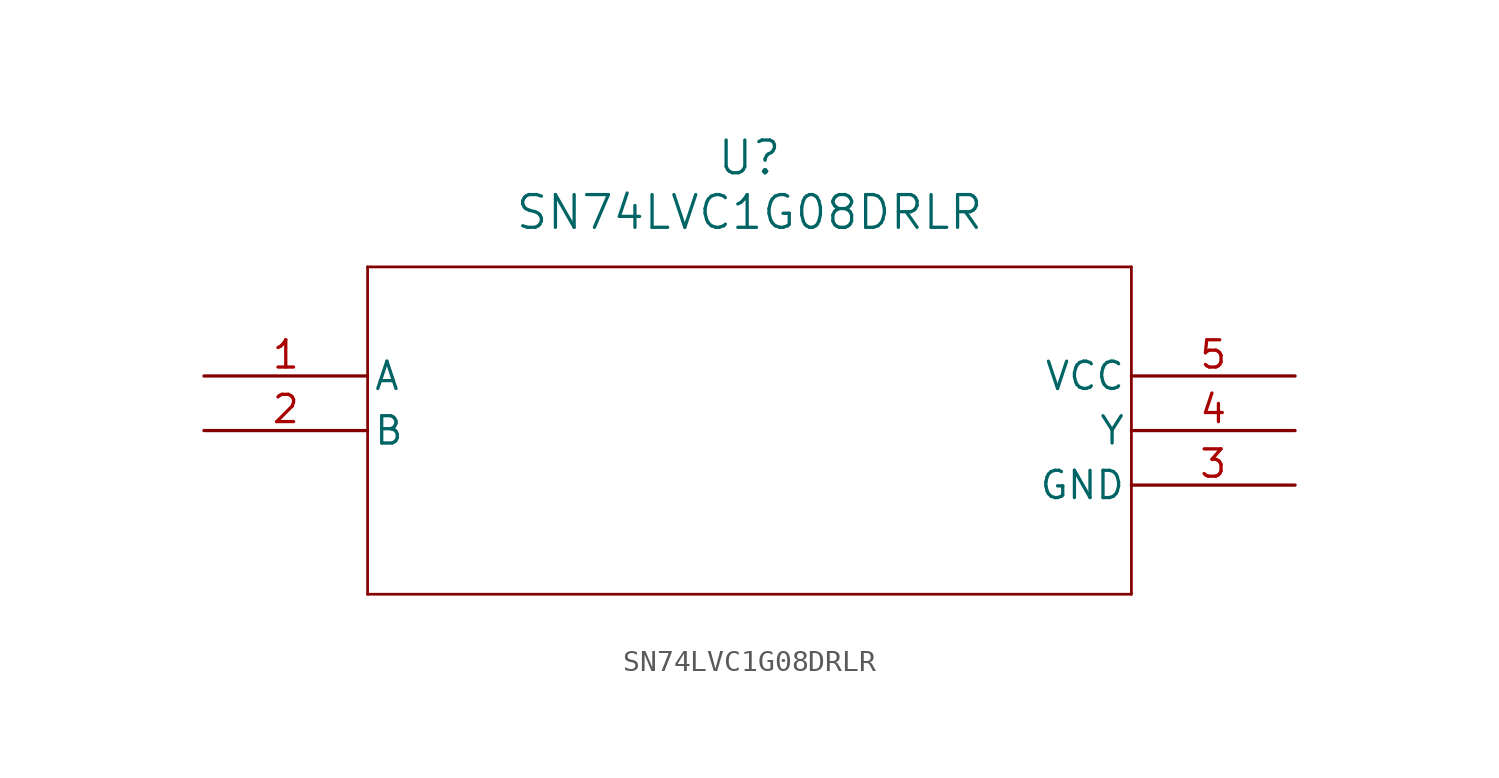
<source format=kicad_sym>
(kicad_symbol_lib
  (version 20211014)
  (generator kicad_symbol_editor)
  (symbol "SN74LVC1G08DRLR"
    (pin_names
      (offset 0.254))
    (property "Reference" "U"
      (at 25.4 10.16 0)
      (effects (font (size 1.524 1.524))))
    (property "Value" "SN74LVC1G08DRLR"
      (at 25.4 7.62 0)
      (effects (font (size 1.524 1.524))))
    (symbol "SN74LVC1G08DRLR_0_1"
      (polyline (pts (xy 7.62 5.08) (xy 7.62 -10.16)) (stroke (width 0.127) (type default) (color 0 0 0 0)) (fill (type none)))
      (polyline (pts (xy 7.62 -10.16) (xy 43.18 -10.16)) (stroke (width 0.127) (type default) (color 0 0 0 0)) (fill (type none)))
      (polyline (pts (xy 43.18 -10.16) (xy 43.18 5.08)) (stroke (width 0.127) (type default) (color 0 0 0 0)) (fill (type none)))
      (polyline (pts (xy 43.18 5.08) (xy 7.62 5.08)) (stroke (width 0.127) (type default) (color 0 0 0 0)) (fill (type none)))
      (pin input line (at 0 0 0) (length 7.62) (name "A" (effects (font (size 1.27 1.27)))) (number "1" (effects (font (size 1.27 1.27)))))
      (pin input line (at 0 -2.54 0) (length 7.62) (name "B" (effects (font (size 1.27 1.27)))) (number "2" (effects (font (size 1.27 1.27)))))
      (pin power_in line (at 50.8 -5.08 180) (length 7.62) (name "GND" (effects (font (size 1.27 1.27)))) (number "3" (effects (font (size 1.27 1.27)))))
      (pin output line (at 50.8 -2.54 180) (length 7.62) (name "Y" (effects (font (size 1.27 1.27)))) (number "4" (effects (font (size 1.27 1.27)))))
      (pin power_in line (at 50.8 0 180) (length 7.62) (name "VCC" (effects (font (size 1.27 1.27)))) (number "5" (effects (font (size 1.27 1.27))))))))
</source>
